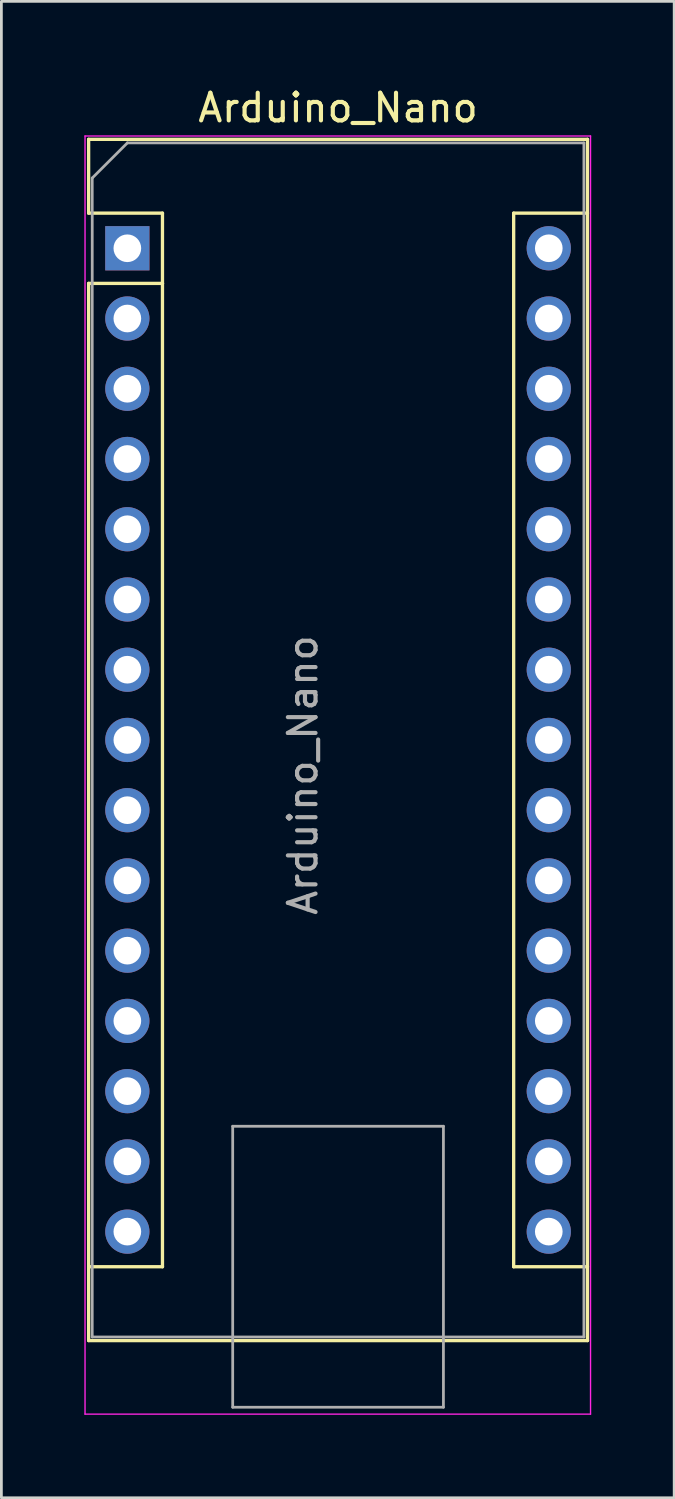
<source format=kicad_pcb>
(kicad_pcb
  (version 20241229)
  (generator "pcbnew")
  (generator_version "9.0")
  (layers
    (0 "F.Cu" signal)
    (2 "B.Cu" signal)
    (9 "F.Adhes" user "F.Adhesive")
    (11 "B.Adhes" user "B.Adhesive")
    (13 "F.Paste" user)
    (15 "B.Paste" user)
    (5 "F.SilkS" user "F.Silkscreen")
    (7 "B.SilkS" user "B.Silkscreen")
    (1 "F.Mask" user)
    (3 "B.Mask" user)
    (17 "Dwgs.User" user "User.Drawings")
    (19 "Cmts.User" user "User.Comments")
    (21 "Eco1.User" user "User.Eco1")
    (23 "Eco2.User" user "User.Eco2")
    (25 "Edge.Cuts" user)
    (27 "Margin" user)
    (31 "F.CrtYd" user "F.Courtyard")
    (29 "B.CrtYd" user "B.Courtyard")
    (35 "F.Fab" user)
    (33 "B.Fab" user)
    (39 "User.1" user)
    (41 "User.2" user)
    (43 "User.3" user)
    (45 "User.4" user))
  (footprint "Arduino_Nano"
    (layer "F.Cu")
    (at 1.555 5.928)
    (property "Reference" "Arduino_Nano" (at 7.62 -5.08 0) (layer "F.SilkS") (effects (font (size 1 1) (thickness 0.15))))
    (attr through_hole)
    (fp_line (start -1.4 -3.94) (end -1.4 -1.27) (stroke (width 0.12) (type solid)) (layer "F.SilkS"))
    (fp_line (start -1.4 1.27) (end -1.4 39.5) (stroke (width 0.12) (type solid)) (layer "F.SilkS"))
    (fp_line (start -1.4 39.5) (end 16.64 39.5) (stroke (width 0.12) (type solid)) (layer "F.SilkS"))
    (fp_line (start 1.27 -1.27) (end -1.4 -1.27) (stroke (width 0.12) (type solid)) (layer "F.SilkS"))
    (fp_line (start 1.27 1.27) (end -1.4 1.27) (stroke (width 0.12) (type solid)) (layer "F.SilkS"))
    (fp_line (start 1.27 1.27) (end 1.27 -1.27) (stroke (width 0.12) (type solid)) (layer "F.SilkS"))
    (fp_line (start 1.27 1.27) (end 1.27 36.83) (stroke (width 0.12) (type solid)) (layer "F.SilkS"))
    (fp_line (start 1.27 36.83) (end -1.4 36.83) (stroke (width 0.12) (type solid)) (layer "F.SilkS"))
    (fp_line (start 13.97 -1.27) (end 13.97 36.83) (stroke (width 0.12) (type solid)) (layer "F.SilkS"))
    (fp_line (start 13.97 -1.27) (end 16.64 -1.27) (stroke (width 0.12) (type solid)) (layer "F.SilkS"))
    (fp_line (start 13.97 36.83) (end 16.64 36.83) (stroke (width 0.12) (type solid)) (layer "F.SilkS"))
    (fp_line (start 16.64 -3.94) (end -1.4 -3.94) (stroke (width 0.12) (type solid)) (layer "F.SilkS"))
    (fp_line (start 16.64 39.5) (end 16.64 -3.94) (stroke (width 0.12) (type solid)) (layer "F.SilkS"))
    (fp_line (start -1.53 -4.06) (end -1.53 42.16) (stroke (width 0.05) (type solid)) (layer "F.CrtYd"))
    (fp_line (start -1.53 -4.06) (end 16.75 -4.06) (stroke (width 0.05) (type solid)) (layer "F.CrtYd"))
    (fp_line (start 16.75 42.16) (end -1.53 42.16) (stroke (width 0.05) (type solid)) (layer "F.CrtYd"))
    (fp_line (start 16.75 42.16) (end 16.75 -4.06) (stroke (width 0.05) (type solid)) (layer "F.CrtYd"))
    (fp_line (start -1.27 -2.54) (end 0 -3.81) (stroke (width 0.1) (type solid)) (layer "F.Fab"))
    (fp_line (start -1.27 39.37) (end -1.27 -2.54) (stroke (width 0.1) (type solid)) (layer "F.Fab"))
    (fp_line (start 0 -3.81) (end 16.51 -3.81) (stroke (width 0.1) (type solid)) (layer "F.Fab"))
    (fp_line (start 3.81 31.75) (end 11.43 31.75) (stroke (width 0.1) (type solid)) (layer "F.Fab"))
    (fp_line (start 3.81 41.91) (end 3.81 31.75) (stroke (width 0.1) (type solid)) (layer "F.Fab"))
    (fp_line (start 11.43 31.75) (end 11.43 41.91) (stroke (width 0.1) (type solid)) (layer "F.Fab"))
    (fp_line (start 11.43 41.91) (end 3.81 41.91) (stroke (width 0.1) (type solid)) (layer "F.Fab"))
    (fp_line (start 16.51 -3.81) (end 16.51 39.37) (stroke (width 0.1) (type solid)) (layer "F.Fab"))
    (fp_line (start 16.51 39.37) (end -1.27 39.37) (stroke (width 0.1) (type solid)) (layer "F.Fab"))
    (fp_text user "${REFERENCE}" (at 6.35 19.05 90) (layer "F.Fab") (effects (font (size 1 1) (thickness 0.15))))
    (pad "1" thru_hole rect (at 0 0) (size 1.6 1.6) (drill 1) (layers "*.Cu" "*.Mask"))
    (pad "2" thru_hole oval (at 0 2.54) (size 1.6 1.6) (drill 1) (layers "*.Cu" "*.Mask"))
    (pad "3" thru_hole oval (at 0 5.08) (size 1.6 1.6) (drill 1) (layers "*.Cu" "*.Mask"))
    (pad "4" thru_hole oval (at 0 7.62) (size 1.6 1.6) (drill 1) (layers "*.Cu" "*.Mask"))
    (pad "5" thru_hole oval (at 0 10.16) (size 1.6 1.6) (drill 1) (layers "*.Cu" "*.Mask"))
    (pad "6" thru_hole oval (at 0 12.7) (size 1.6 1.6) (drill 1) (layers "*.Cu" "*.Mask"))
    (pad "7" thru_hole oval (at 0 15.24) (size 1.6 1.6) (drill 1) (layers "*.Cu" "*.Mask"))
    (pad "8" thru_hole oval (at 0 17.78) (size 1.6 1.6) (drill 1) (layers "*.Cu" "*.Mask"))
    (pad "9" thru_hole oval (at 0 20.32) (size 1.6 1.6) (drill 1) (layers "*.Cu" "*.Mask"))
    (pad "10" thru_hole oval (at 0 22.86) (size 1.6 1.6) (drill 1) (layers "*.Cu" "*.Mask"))
    (pad "11" thru_hole oval (at 0 25.4) (size 1.6 1.6) (drill 1) (layers "*.Cu" "*.Mask"))
    (pad "12" thru_hole oval (at 0 27.94) (size 1.6 1.6) (drill 1) (layers "*.Cu" "*.Mask"))
    (pad "13" thru_hole oval (at 0 30.48) (size 1.6 1.6) (drill 1) (layers "*.Cu" "*.Mask"))
    (pad "14" thru_hole oval (at 0 33.02) (size 1.6 1.6) (drill 1) (layers "*.Cu" "*.Mask"))
    (pad "15" thru_hole oval (at 0 35.56) (size 1.6 1.6) (drill 1) (layers "*.Cu" "*.Mask"))
    (pad "16" thru_hole oval (at 15.24 35.56) (size 1.6 1.6) (drill 1) (layers "*.Cu" "*.Mask"))
    (pad "17" thru_hole oval (at 15.24 33.02) (size 1.6 1.6) (drill 1) (layers "*.Cu" "*.Mask"))
    (pad "18" thru_hole oval (at 15.24 30.48) (size 1.6 1.6) (drill 1) (layers "*.Cu" "*.Mask"))
    (pad "19" thru_hole oval (at 15.24 27.94) (size 1.6 1.6) (drill 1) (layers "*.Cu" "*.Mask"))
    (pad "20" thru_hole oval (at 15.24 25.4) (size 1.6 1.6) (drill 1) (layers "*.Cu" "*.Mask"))
    (pad "21" thru_hole oval (at 15.24 22.86) (size 1.6 1.6) (drill 1) (layers "*.Cu" "*.Mask"))
    (pad "22" thru_hole oval (at 15.24 20.32) (size 1.6 1.6) (drill 1) (layers "*.Cu" "*.Mask"))
    (pad "23" thru_hole oval (at 15.24 17.78) (size 1.6 1.6) (drill 1) (layers "*.Cu" "*.Mask"))
    (pad "24" thru_hole oval (at 15.24 15.24) (size 1.6 1.6) (drill 1) (layers "*.Cu" "*.Mask"))
    (pad "25" thru_hole oval (at 15.24 12.7) (size 1.6 1.6) (drill 1) (layers "*.Cu" "*.Mask"))
    (pad "26" thru_hole oval (at 15.24 10.16) (size 1.6 1.6) (drill 1) (layers "*.Cu" "*.Mask"))
    (pad "27" thru_hole oval (at 15.24 7.62) (size 1.6 1.6) (drill 1) (layers "*.Cu" "*.Mask"))
    (pad "28" thru_hole oval (at 15.24 5.08) (size 1.6 1.6) (drill 1) (layers "*.Cu" "*.Mask"))
    (pad "29" thru_hole oval (at 15.24 2.54) (size 1.6 1.6) (drill 1) (layers "*.Cu" "*.Mask"))
    (pad "30" thru_hole oval (at 15.24 0) (size 1.6 1.6) (drill 1) (layers "*.Cu" "*.Mask")))
  (gr_rect
    (start -3 -3)
    (end 21.33 51.113)
    (stroke (width 0.1) (type default))
    (fill no)
    (layer "Edge.Cuts")))
</source>
